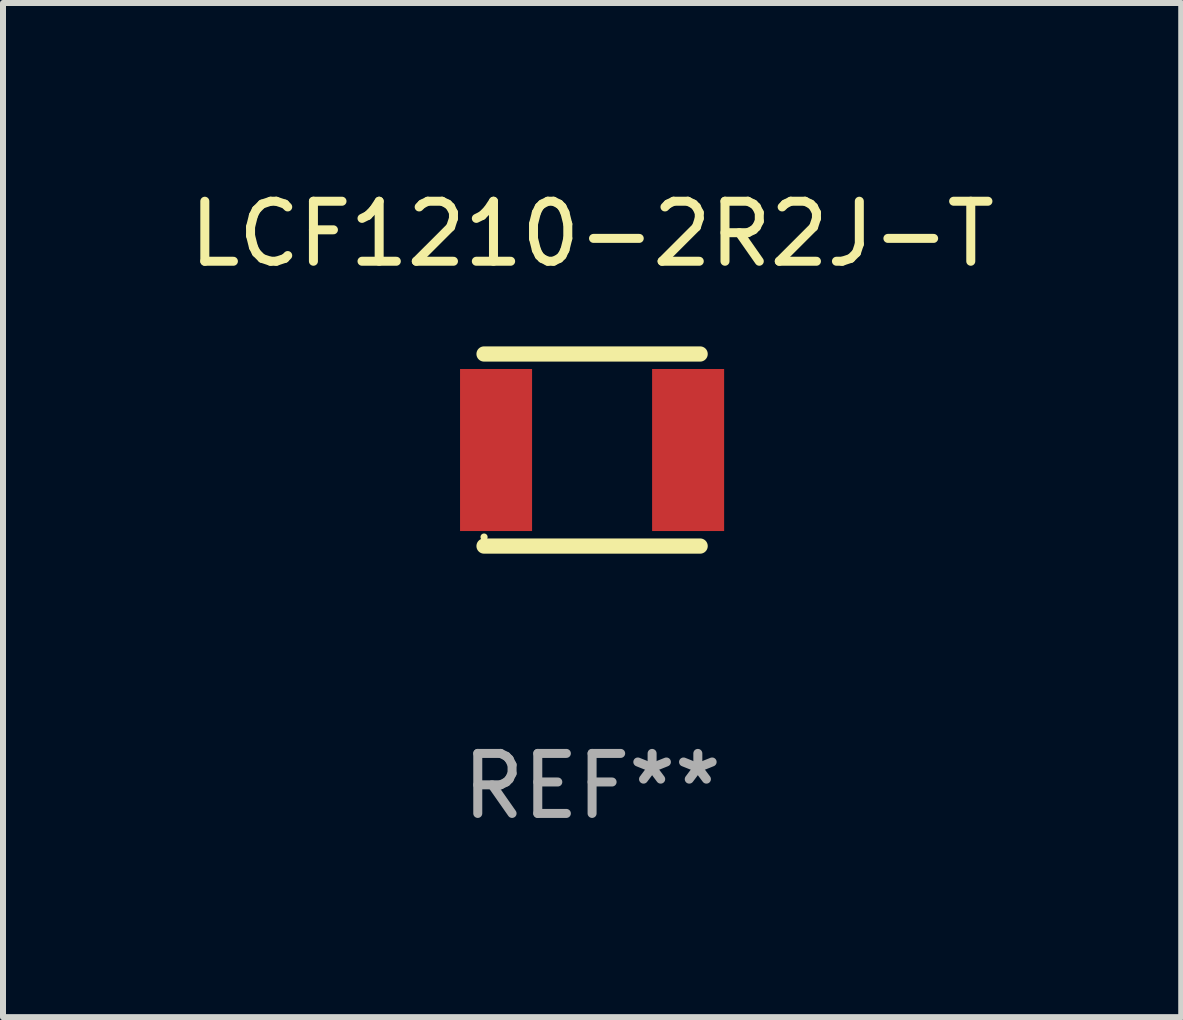
<source format=kicad_pcb>
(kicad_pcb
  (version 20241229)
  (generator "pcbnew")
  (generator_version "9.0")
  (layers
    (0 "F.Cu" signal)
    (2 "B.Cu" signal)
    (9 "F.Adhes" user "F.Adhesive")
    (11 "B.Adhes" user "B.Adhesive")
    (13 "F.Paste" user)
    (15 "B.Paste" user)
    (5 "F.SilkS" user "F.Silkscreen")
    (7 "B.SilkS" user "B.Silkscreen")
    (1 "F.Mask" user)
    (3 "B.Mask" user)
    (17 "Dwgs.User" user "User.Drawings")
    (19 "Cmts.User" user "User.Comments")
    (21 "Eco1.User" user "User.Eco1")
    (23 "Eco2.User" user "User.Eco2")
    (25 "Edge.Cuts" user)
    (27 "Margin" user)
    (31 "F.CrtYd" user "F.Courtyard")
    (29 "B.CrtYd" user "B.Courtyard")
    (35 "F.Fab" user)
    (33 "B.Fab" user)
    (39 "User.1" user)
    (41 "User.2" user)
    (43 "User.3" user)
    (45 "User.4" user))
  (footprint "LCF1210-2R2J-T"
    (layer "F.Cu")
    (at 6.815 4.448)
    (property "Reference" "LCF1210-2R2J-T" (at 0 -3.6 0) (layer "F.SilkS") (effects (font (size 1 1) (thickness 0.15))))
    (attr through_hole)
    (fp_line (start -1.8 -1.6) (end 1.8 -1.6) (stroke (width 0.254) (type solid)) (layer "F.SilkS"))
    (fp_line (start -1.8 1.6) (end 1.8 1.6) (stroke (width 0.254) (type solid)) (layer "F.SilkS"))
    (fp_circle (center -1.8 1.45) (end -1.77 1.45) (stroke (width 0.06) (type solid)) (fill no) (layer "F.SilkS"))
    (fp_text user "REF**" (at 0 5.6 0) (layer "F.Fab") (effects (font (size 1 1) (thickness 0.15))))
    (pad "1" smd rect (at -1.6 0 90) (size 2.7 1.2) (layers "F.Cu" "F.Mask" "F.Paste"))
    (pad "2" smd rect (at 1.6 0 90) (size 2.7 1.2) (layers "F.Cu" "F.Mask" "F.Paste")))
  (gr_rect
    (start -3 -3)
    (end 16.631 13.897)
    (stroke (width 0.1) (type default))
    (fill no)
    (layer "Edge.Cuts")))
</source>
